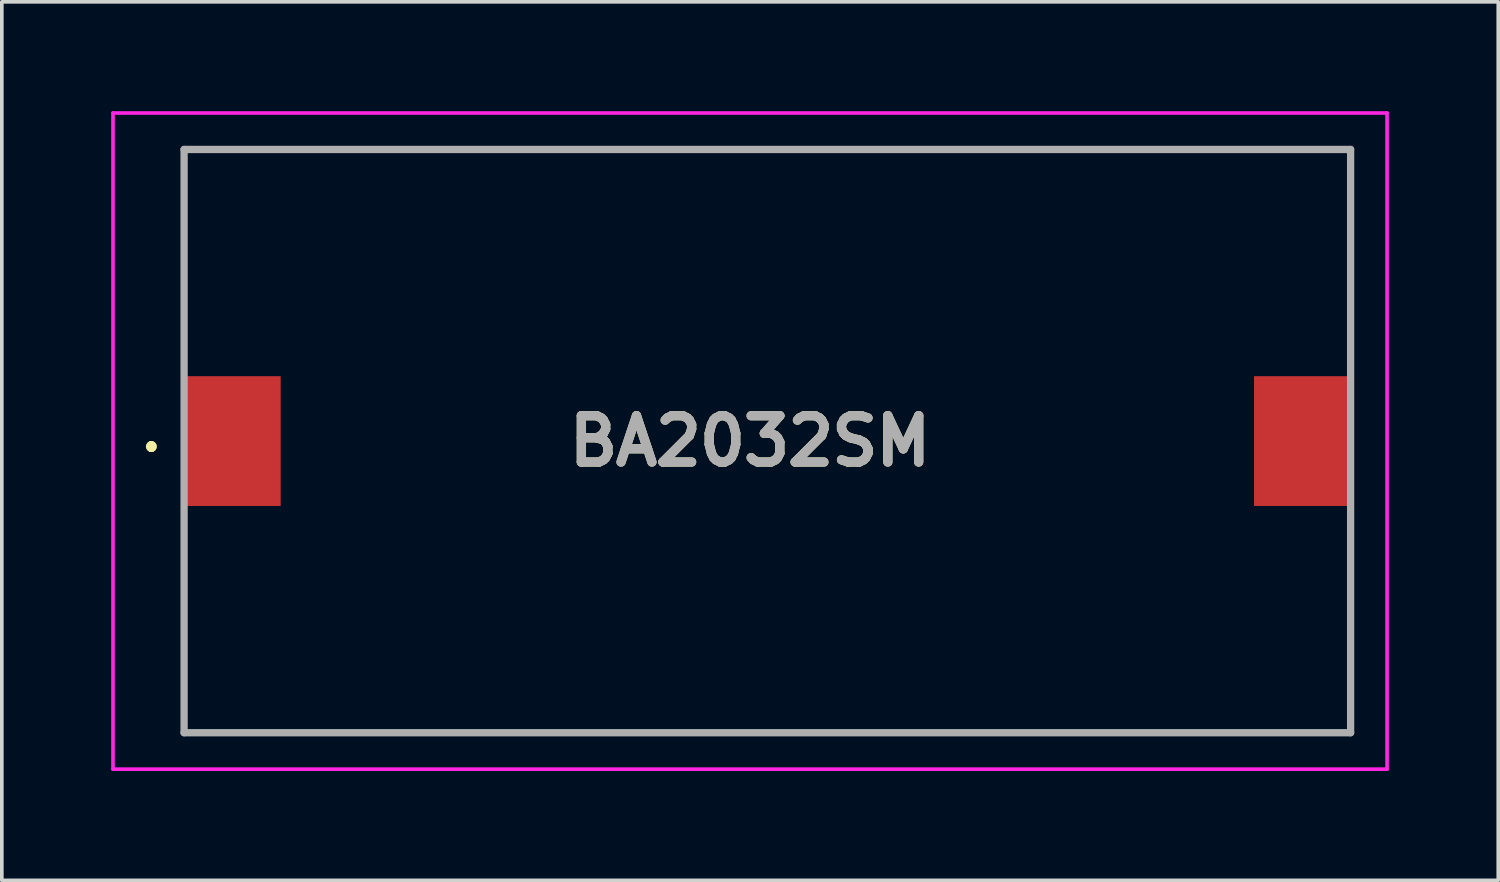
<source format=kicad_pcb>
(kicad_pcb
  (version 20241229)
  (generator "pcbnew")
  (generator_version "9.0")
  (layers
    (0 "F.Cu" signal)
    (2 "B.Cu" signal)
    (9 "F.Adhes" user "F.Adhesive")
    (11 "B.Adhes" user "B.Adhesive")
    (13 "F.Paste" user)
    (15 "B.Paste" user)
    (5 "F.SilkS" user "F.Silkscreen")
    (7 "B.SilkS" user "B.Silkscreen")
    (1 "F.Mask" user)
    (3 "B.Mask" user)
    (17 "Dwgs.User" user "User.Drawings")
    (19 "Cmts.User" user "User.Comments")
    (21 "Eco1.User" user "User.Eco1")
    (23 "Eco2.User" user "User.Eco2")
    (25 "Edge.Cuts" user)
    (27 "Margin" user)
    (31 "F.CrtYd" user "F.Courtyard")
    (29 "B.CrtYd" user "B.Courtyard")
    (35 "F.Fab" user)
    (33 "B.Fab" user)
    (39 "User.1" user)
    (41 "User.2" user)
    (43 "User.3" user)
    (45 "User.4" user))
  (footprint "BA2032SM"
    (layer "F.Cu")
    (at 18 9.05)
    (property "Reference" "BA2032SM" (at -0.475 0 0) (layer "F.SilkS") (effects (font (size 1.27 1.27) (thickness 0.254))))
    (attr smd)
    (fp_line (start -16.9 0.1) (end -16.9 0.1) (stroke (width 0.2) (type solid)) (layer "F.SilkS"))
    (fp_line (start -16.9 0.2) (end -16.9 0.2) (stroke (width 0.2) (type solid)) (layer "F.SilkS"))
    (fp_line (start -16.9 0.2) (end -16.9 0.2) (stroke (width 0.2) (type solid)) (layer "F.SilkS"))
    (fp_line (start -16 -8) (end -16 -8) (stroke (width 0.1) (type solid)) (layer "F.SilkS"))
    (fp_line (start -16 -8) (end -16 -8) (stroke (width 0.1) (type solid)) (layer "F.SilkS"))
    (fp_line (start -16 -8) (end -16 -2.25) (stroke (width 0.1) (type solid)) (layer "F.SilkS"))
    (fp_line (start -16 -8) (end 16 -8) (stroke (width 0.1) (type solid)) (layer "F.SilkS"))
    (fp_line (start -16 -2.25) (end -16 -8) (stroke (width 0.1) (type solid)) (layer "F.SilkS"))
    (fp_line (start -16 -2.25) (end -16 -2.25) (stroke (width 0.1) (type solid)) (layer "F.SilkS"))
    (fp_line (start -16 2.25) (end -16 2.25) (stroke (width 0.1) (type solid)) (layer "F.SilkS"))
    (fp_line (start -16 2.25) (end -16 8) (stroke (width 0.1) (type solid)) (layer "F.SilkS"))
    (fp_line (start -16 8) (end -16 2.25) (stroke (width 0.1) (type solid)) (layer "F.SilkS"))
    (fp_line (start -16 8) (end -16 8) (stroke (width 0.1) (type solid)) (layer "F.SilkS"))
    (fp_line (start -16 8) (end -16 8) (stroke (width 0.1) (type solid)) (layer "F.SilkS"))
    (fp_line (start -16 8) (end 16 8) (stroke (width 0.1) (type solid)) (layer "F.SilkS"))
    (fp_line (start 16 -8) (end -16 -8) (stroke (width 0.1) (type solid)) (layer "F.SilkS"))
    (fp_line (start 16 -8) (end 16 -8) (stroke (width 0.1) (type solid)) (layer "F.SilkS"))
    (fp_line (start 16 -8) (end 16 -8) (stroke (width 0.1) (type solid)) (layer "F.SilkS"))
    (fp_line (start 16 -8) (end 16 -2.25) (stroke (width 0.1) (type solid)) (layer "F.SilkS"))
    (fp_line (start 16 -2.25) (end 16 -8) (stroke (width 0.1) (type solid)) (layer "F.SilkS"))
    (fp_line (start 16 -2.25) (end 16 -2.25) (stroke (width 0.1) (type solid)) (layer "F.SilkS"))
    (fp_line (start 16 2.25) (end 16 2.25) (stroke (width 0.1) (type solid)) (layer "F.SilkS"))
    (fp_line (start 16 2.25) (end 16 8) (stroke (width 0.1) (type solid)) (layer "F.SilkS"))
    (fp_line (start 16 8) (end -16 8) (stroke (width 0.1) (type solid)) (layer "F.SilkS"))
    (fp_line (start 16 8) (end 16 2.25) (stroke (width 0.1) (type solid)) (layer "F.SilkS"))
    (fp_line (start 16 8) (end 16 8) (stroke (width 0.1) (type solid)) (layer "F.SilkS"))
    (fp_line (start 16 8) (end 16 8) (stroke (width 0.1) (type solid)) (layer "F.SilkS"))
    (fp_arc (start -16.9 0.1) (mid -16.85 0.15) (end -16.9 0.2) (stroke (width 0.2) (type solid)) (layer "F.SilkS"))
    (fp_arc (start -16.9 0.1) (mid -16.85 0.15) (end -16.9 0.2) (stroke (width 0.2) (type solid)) (layer "F.SilkS"))
    (fp_arc (start -16.9 0.2) (mid -16.95 0.15) (end -16.9 0.1) (stroke (width 0.2) (type solid)) (layer "F.SilkS"))
    (fp_line (start -17.95 -9) (end 17 -9) (stroke (width 0.1) (type solid)) (layer "F.CrtYd"))
    (fp_line (start -17.95 9) (end -17.95 -9) (stroke (width 0.1) (type solid)) (layer "F.CrtYd"))
    (fp_line (start 17 -9) (end 17 9) (stroke (width 0.1) (type solid)) (layer "F.CrtYd"))
    (fp_line (start 17 9) (end -17.95 9) (stroke (width 0.1) (type solid)) (layer "F.CrtYd"))
    (fp_line (start -16 -8) (end -16 8) (stroke (width 0.2) (type solid)) (layer "F.Fab"))
    (fp_line (start -16 8) (end 16 8) (stroke (width 0.2) (type solid)) (layer "F.Fab"))
    (fp_line (start 16 -8) (end -16 -8) (stroke (width 0.2) (type solid)) (layer "F.Fab"))
    (fp_line (start 16 8) (end 16 -8) (stroke (width 0.2) (type solid)) (layer "F.Fab"))
    (fp_text user "${REFERENCE}" (at -0.475 0 0) (layer "F.Fab") (effects (font (size 1.27 1.27) (thickness 0.254))))
    (pad "1" smd rect (at -14.65 0) (size 2.6 3.56) (layers "F.Cu" "F.Mask" "F.Paste"))
    (pad "2" smd rect (at 14.65 0) (size 2.6 3.56) (layers "F.Cu" "F.Mask" "F.Paste")))
  (gr_rect
    (start -3 -3)
    (end 38.05 21.1)
    (stroke (width 0.1) (type default))
    (fill no)
    (layer "Edge.Cuts")))
</source>
